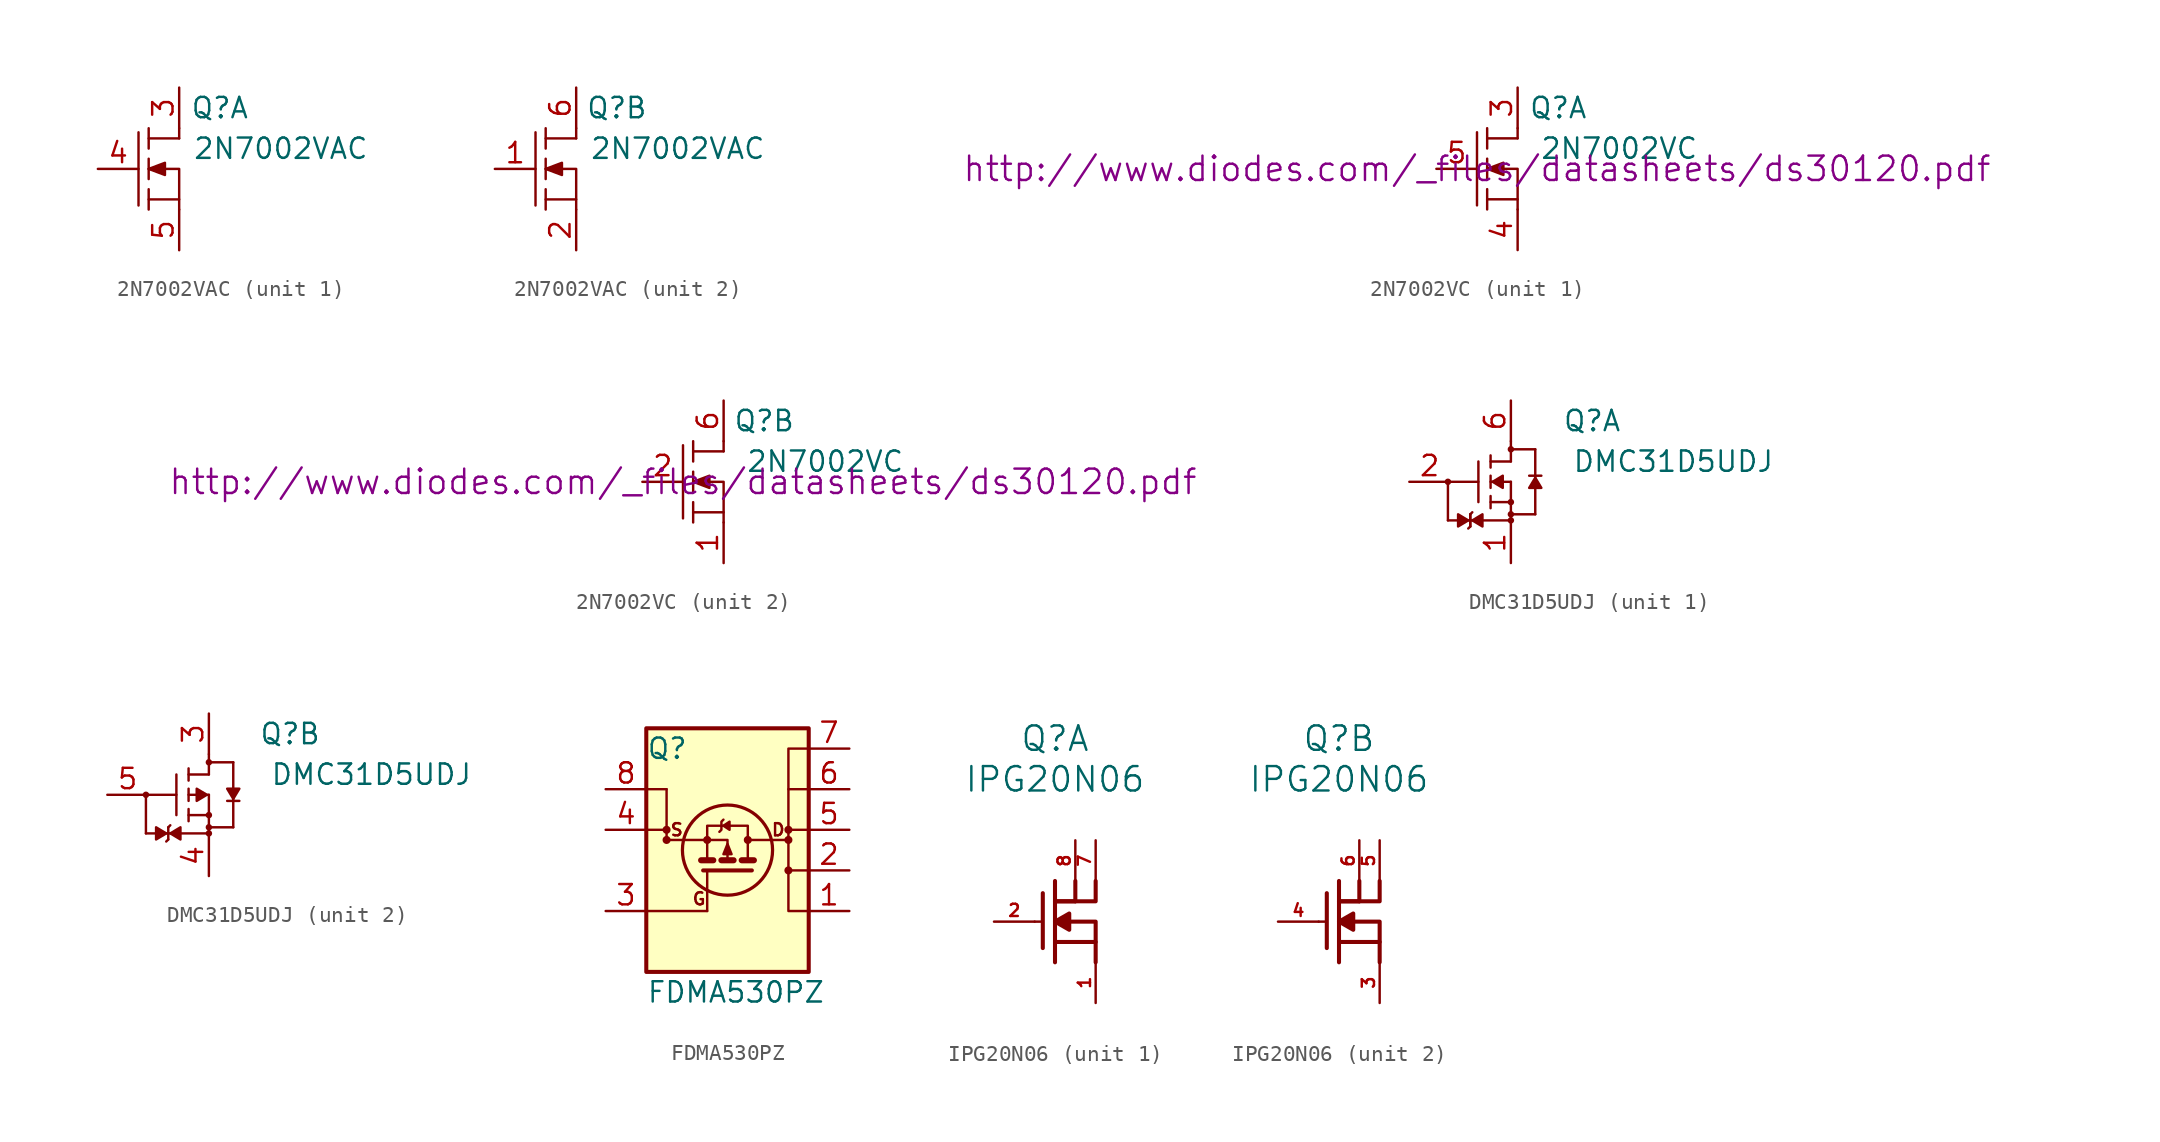
<source format=kicad_sym>
(kicad_symbol_lib
  (version 20211014)
  (generator kicad_symbol_editor)
  (symbol "2N7002VAC"
    (pin_names
      (offset 1.016) hide)
    (property "Reference" "Q"
      (at 5.08 3.81 0)
      (effects (font (size 1.27 1.27))))
    (property "Value" "2N7002VAC"
      (at 8.89 1.27 0)
      (effects (font (size 1.27 1.27))))
    (property "Footprint" ""
      (at 0 0 0)
      (effects (font (size 1.524 1.524))))
    (property "Datasheet" ""
      (at 0 0 0)
      (effects (font (size 1.524 1.524))))
    (symbol "2N7002VAC_0_1"
      (polyline (pts (xy 0 2.286) (xy 0 -2.286)) (stroke (width 0) (type default) (color 0 0 0 0)) (fill (type none)))
      (polyline (pts (xy 0.635 -1.905) (xy 2.54 -1.905)) (stroke (width 0) (type default) (color 0 0 0 0)) (fill (type none)))
      (polyline (pts (xy 0.635 -1.27) (xy 0.635 -2.54)) (stroke (width 0) (type default) (color 0 0 0 0)) (fill (type none)))
      (polyline (pts (xy 0.635 0.635) (xy 0.635 -0.635)) (stroke (width 0) (type default) (color 0 0 0 0)) (fill (type none)))
      (polyline (pts (xy 0.635 1.905) (xy 2.54 1.905)) (stroke (width 0) (type default) (color 0 0 0 0)) (fill (type none)))
      (polyline (pts (xy 0.635 2.54) (xy 0.635 1.27)) (stroke (width 0) (type default) (color 0 0 0 0)) (fill (type none)))
      (polyline (pts (xy 2.54 2.54) (xy 2.54 1.905)) (stroke (width 0) (type default) (color 0 0 0 0)) (fill (type none)))
      (polyline (pts (xy 0.635 0) (xy 2.54 0) (xy 2.54 -2.54)) (stroke (width 0) (type default) (color 0 0 0 0)) (fill (type none)))
      (polyline (pts (xy 0.635 0) (xy 1.651 0.381) (xy 1.651 -0.381) (xy 0.635 0)) (stroke (width 0) (type default) (color 0 0 0 0)) (fill (type outline))))
    (symbol "2N7002VAC_1_1"
      (pin input line (at 2.54 5.08 270) (length 2.54) (name "D2" (effects (font (size 1.27 1.27)))) (number "3" (effects (font (size 1.27 1.27)))))
      (pin input line (at -2.54 0 0) (length 2.54) (name "G2" (effects (font (size 1.27 1.27)))) (number "4" (effects (font (size 1.27 1.27)))))
      (pin input line (at 2.54 -5.08 90) (length 2.54) (name "S2" (effects (font (size 1.27 1.27)))) (number "5" (effects (font (size 1.27 1.27))))))
    (symbol "2N7002VAC_2_1"
      (pin input line (at -2.54 0 0) (length 2.54) (name "G2" (effects (font (size 1.27 1.27)))) (number "1" (effects (font (size 1.27 1.27)))))
      (pin input line (at 2.54 -5.08 90) (length 2.54) (name "S2" (effects (font (size 1.27 1.27)))) (number "2" (effects (font (size 1.27 1.27)))))
      (pin input line (at 2.54 5.08 270) (length 2.54) (name "D2" (effects (font (size 1.27 1.27)))) (number "6" (effects (font (size 1.27 1.27)))))))
  (symbol "2N7002VC"
    (pin_names
      (offset 1.016) hide)
    (property "Reference" "Q"
      (at 5.08 3.81 0)
      (effects (font (size 1.27 1.27))))
    (property "Value" "2N7002VC"
      (at 8.89 1.27 0)
      (effects (font (size 1.27 1.27))))
    (property "Footprint" ""
      (at 0 0 0)
      (effects (font (size 1.524 1.524))))
    (property "Datasheet" "http://www.diodes.com/_files/datasheets/ds30120.pdf"
      (at 0 0 0)
      (effects (font (size 1.524 1.524))))
    (symbol "2N7002VC_0_1"
      (polyline (pts (xy 0 2.286) (xy 0 -2.286)) (stroke (width 0) (type default) (color 0 0 0 0)) (fill (type none)))
      (polyline (pts (xy 0.635 -1.905) (xy 2.54 -1.905)) (stroke (width 0) (type default) (color 0 0 0 0)) (fill (type none)))
      (polyline (pts (xy 0.635 -1.27) (xy 0.635 -2.54)) (stroke (width 0) (type default) (color 0 0 0 0)) (fill (type none)))
      (polyline (pts (xy 0.635 0.635) (xy 0.635 -0.635)) (stroke (width 0) (type default) (color 0 0 0 0)) (fill (type none)))
      (polyline (pts (xy 0.635 1.905) (xy 2.54 1.905)) (stroke (width 0) (type default) (color 0 0 0 0)) (fill (type none)))
      (polyline (pts (xy 0.635 2.54) (xy 0.635 1.27)) (stroke (width 0) (type default) (color 0 0 0 0)) (fill (type none)))
      (polyline (pts (xy 2.54 2.54) (xy 2.54 1.905)) (stroke (width 0) (type default) (color 0 0 0 0)) (fill (type none)))
      (polyline (pts (xy 0.635 0) (xy 2.54 0) (xy 2.54 -2.54)) (stroke (width 0) (type default) (color 0 0 0 0)) (fill (type none)))
      (polyline (pts (xy 0.635 0) (xy 1.651 0.381) (xy 1.651 -0.381) (xy 0.635 0)) (stroke (width 0) (type default) (color 0 0 0 0)) (fill (type outline))))
    (symbol "2N7002VC_1_1"
      (pin input line (at 2.54 5.08 270) (length 2.54) (name "D2" (effects (font (size 1.27 1.27)))) (number "3" (effects (font (size 1.27 1.27)))))
      (pin input line (at 2.54 -5.08 90) (length 2.54) (name "S2" (effects (font (size 1.27 1.27)))) (number "4" (effects (font (size 1.27 1.27)))))
      (pin input line (at -2.54 0 0) (length 2.54) (name "G2" (effects (font (size 1.27 1.27)))) (number "5" (effects (font (size 1.27 1.27))))))
    (symbol "2N7002VC_2_1"
      (pin input line (at 2.54 -5.08 90) (length 2.54) (name "S2" (effects (font (size 1.27 1.27)))) (number "1" (effects (font (size 1.27 1.27)))))
      (pin input line (at -2.54 0 0) (length 2.54) (name "G2" (effects (font (size 1.27 1.27)))) (number "2" (effects (font (size 1.27 1.27)))))
      (pin input line (at 2.54 5.08 270) (length 2.54) (name "D2" (effects (font (size 1.27 1.27)))) (number "6" (effects (font (size 1.27 1.27)))))))
  (symbol "DMC31D5UDJ"
    (pin_names
      (offset 0) hide)
    (property "Reference" "Q"
      (at 6.35 3.81 0)
      (effects (font (size 1.27 1.27))))
    (property "Value" "DMC31D5UDJ"
      (at 11.43 1.27 0)
      (effects (font (size 1.27 1.27))))
    (property "ki_locked" ""
      (at 0 0 0)
      (effects (font (size 1.27 1.27))))
    (symbol "DMC31D5UDJ_0_1"
      (polyline (pts (xy -2.667 -2.413) (xy -2.667 0)) (stroke (width 0) (type default) (color 0 0 0 0)) (fill (type none)))
      (polyline (pts (xy -2.667 -2.413) (xy 1.27 -2.413)) (stroke (width 0) (type default) (color 0 0 0 0)) (fill (type none)))
      (polyline (pts (xy -2.54 0) (xy -0.762 0)) (stroke (width 0) (type default) (color 0 0 0 0)) (fill (type none)))
      (polyline (pts (xy -1.27 -2.794) (xy -1.397 -2.921)) (stroke (width 0) (type default) (color 0 0 0 0)) (fill (type none)))
      (polyline (pts (xy -1.27 -2.032) (xy -1.27 -2.794)) (stroke (width 0) (type default) (color 0 0 0 0)) (fill (type none)))
      (polyline (pts (xy -1.27 -2.032) (xy -1.143 -1.905)) (stroke (width 0) (type default) (color 0 0 0 0)) (fill (type none)))
      (polyline (pts (xy -0.762 1.27) (xy -0.762 -1.27)) (stroke (width 0) (type default) (color 0 0 0 0)) (fill (type none)))
      (polyline (pts (xy 0 -1.27) (xy 1.27 -1.27)) (stroke (width 0) (type default) (color 0 0 0 0)) (fill (type none)))
      (polyline (pts (xy 0 -0.889) (xy 0 -1.651)) (stroke (width 0) (type default) (color 0 0 0 0)) (fill (type none)))
      (polyline (pts (xy 0 0) (xy 1.27 0)) (stroke (width 0) (type default) (color 0 0 0 0)) (fill (type none)))
      (polyline (pts (xy 0 0.381) (xy 0 -0.381)) (stroke (width 0) (type default) (color 0 0 0 0)) (fill (type none)))
      (polyline (pts (xy 0 0.889) (xy 0 1.651)) (stroke (width 0) (type default) (color 0 0 0 0)) (fill (type none)))
      (polyline (pts (xy 0 1.27) (xy 1.27 1.27)) (stroke (width 0) (type default) (color 0 0 0 0)) (fill (type none)))
      (polyline (pts (xy 1.27 -2.032) (xy 2.794 -2.032)) (stroke (width 0) (type default) (color 0 0 0 0)) (fill (type none)))
      (polyline (pts (xy 1.27 0) (xy 1.27 -2.54)) (stroke (width 0) (type default) (color 0 0 0 0)) (fill (type none)))
      (polyline (pts (xy 1.27 1.27) (xy 1.27 2.54)) (stroke (width 0) (type default) (color 0 0 0 0)) (fill (type none)))
      (polyline (pts (xy 1.27 2.032) (xy 2.794 2.032)) (stroke (width 0) (type default) (color 0 0 0 0)) (fill (type none)))
      (polyline (pts (xy 2.794 2.032) (xy 2.794 -2.032)) (stroke (width 0) (type default) (color 0 0 0 0)) (fill (type none)))
      (polyline (pts (xy -1.143 -2.413) (xy -0.508 -2.794) (xy -0.508 -2.032) (xy -1.143 -2.413)) (stroke (width 0) (type default) (color 0 0 0 0)) (fill (type outline))))
    (symbol "DMC31D5UDJ_1_1"
      (circle (center -2.667 0) (radius 0.127) (stroke (width 0) (type default) (color 0 0 0 0)) (fill (type none)))
      (polyline (pts (xy -1.27 -2.794) (xy -1.27 -2.032)) (stroke (width 0) (type default) (color 0 0 0 0)) (fill (type none)))
      (polyline (pts (xy 2.413 0.381) (xy 3.175 0.381)) (stroke (width 0) (type default) (color 0 0 0 0)) (fill (type none)))
      (polyline (pts (xy -1.397 -2.413) (xy -2.032 -2.794) (xy -2.032 -2.032) (xy -1.397 -2.413)) (stroke (width 0) (type default) (color 0 0 0 0)) (fill (type outline)))
      (polyline (pts (xy 0.127 0) (xy 0.762 0.381) (xy 0.762 -0.381) (xy 0.127 0)) (stroke (width 0) (type default) (color 0 0 0 0)) (fill (type outline)))
      (polyline (pts (xy 2.794 0.254) (xy 2.413 -0.381) (xy 3.175 -0.381) (xy 2.794 0.254)) (stroke (width 0) (type default) (color 0 0 0 0)) (fill (type outline)))
      (circle (center 1.27 -2.413) (radius 0.127) (stroke (width 0) (type default) (color 0 0 0 0)) (fill (type none)))
      (circle (center 1.27 -2.032) (radius 0.127) (stroke (width 0) (type default) (color 0 0 0 0)) (fill (type none)))
      (circle (center 1.27 -1.27) (radius 0.127) (stroke (width 0) (type default) (color 0 0 0 0)) (fill (type none)))
      (circle (center 1.27 2.032) (radius 0.127) (stroke (width 0) (type default) (color 0 0 0 0)) (fill (type none)))
      (pin input line (at 1.27 -5.08 90) (length 2.54) (name "S1" (effects (font (size 1.27 1.27)))) (number "1" (effects (font (size 1.27 1.27)))))
      (pin input line (at -5.08 0 0) (length 2.54) (name "G1" (effects (font (size 1.27 1.27)))) (number "2" (effects (font (size 1.27 1.27)))))
      (pin input line (at 1.27 5.08 270) (length 2.54) (name "D1" (effects (font (size 1.27 1.27)))) (number "6" (effects (font (size 1.27 1.27))))))
    (symbol "DMC31D5UDJ_2_1"
      (circle (center -2.667 0) (radius 0.127) (stroke (width 0) (type default) (color 0 0 0 0)) (fill (type none)))
      (polyline (pts (xy 2.413 -0.381) (xy 3.175 -0.381)) (stroke (width 0) (type default) (color 0 0 0 0)) (fill (type none)))
      (polyline (pts (xy -1.397 -2.413) (xy -2.032 -2.794) (xy -2.032 -2.032) (xy -1.397 -2.413)) (stroke (width 0) (type default) (color 0 0 0 0)) (fill (type outline)))
      (polyline (pts (xy 1.143 0) (xy 0.508 0.381) (xy 0.508 -0.381) (xy 1.143 0)) (stroke (width 0) (type default) (color 0 0 0 0)) (fill (type outline)))
      (polyline (pts (xy 2.794 -0.254) (xy 2.413 0.381) (xy 3.175 0.381) (xy 2.794 -0.254)) (stroke (width 0) (type default) (color 0 0 0 0)) (fill (type outline)))
      (circle (center 1.27 -2.413) (radius 0.127) (stroke (width 0) (type default) (color 0 0 0 0)) (fill (type none)))
      (circle (center 1.27 -2.032) (radius 0.127) (stroke (width 0) (type default) (color 0 0 0 0)) (fill (type none)))
      (circle (center 1.27 -1.27) (radius 0.127) (stroke (width 0) (type default) (color 0 0 0 0)) (fill (type none)))
      (circle (center 1.27 2.032) (radius 0.127) (stroke (width 0) (type default) (color 0 0 0 0)) (fill (type none)))
      (pin input line (at 1.27 5.08 270) (length 2.54) (name "D2" (effects (font (size 1.27 1.27)))) (number "3" (effects (font (size 1.27 1.27)))))
      (pin input line (at 1.27 -5.08 90) (length 2.54) (name "S2" (effects (font (size 1.27 1.27)))) (number "4" (effects (font (size 1.27 1.27)))))
      (pin input line (at -5.08 0 0) (length 2.54) (name "G2" (effects (font (size 1.27 1.27)))) (number "5" (effects (font (size 1.27 1.27)))))))
  (symbol "FDMA530PZ"
    (pin_names
      (offset 0) hide)
    (property "Reference" "Q"
      (at -5.08 7.62 0)
      (effects (font (size 1.27 1.27)) (justify left)))
    (property "Value" "FDMA530PZ"
      (at -5.08 -7.62 0)
      (effects (font (size 1.27 1.27)) (justify left)))
    (symbol "FDMA530PZ_0_0"
      (circle (center -3.81 1.905) (radius 0.127) (stroke (width 0.254) (type default) (color 0 0 0 0)) (fill (type none)))
      (circle (center -1.27 1.905) (radius 0.127) (stroke (width 0.254) (type default) (color 0 0 0 0)) (fill (type none)))
      (polyline (pts (xy -5.08 2.54) (xy -3.81 2.54)) (stroke (width 0) (type default) (color 0 0 0 0)) (fill (type none)))
      (polyline (pts (xy -1.27 1.905) (xy -3.81 1.905)) (stroke (width 0) (type default) (color 0 0 0 0)) (fill (type none)))
      (polyline (pts (xy 5.08 2.54) (xy 3.81 2.54)) (stroke (width 0) (type default) (color 0 0 0 0)) (fill (type none)))
      (polyline (pts (xy -1.27 0.635) (xy -1.27 2.794) (xy 1.27 2.794) (xy 1.27 0.635)) (stroke (width 0) (type default) (color 0 0 0 0)) (fill (type none)))
      (polyline (pts (xy -0.254 3.175) (xy -0.381 3.048) (xy -0.381 2.54) (xy -0.508 2.413)) (stroke (width 0) (type default) (color 0 0 0 0)) (fill (type none)))
      (circle (center 1.27 1.905) (radius 0.127) (stroke (width 0.254) (type default) (color 0 0 0 0)) (fill (type none)))
      (circle (center 3.81 1.905) (radius 0.127) (stroke (width 0.254) (type default) (color 0 0 0 0)) (fill (type none)))
      (text "D" (at 3.175 2.54 0) (effects (font (size 0.762 0.762))))
      (text "G" (at -1.778 -1.778 0) (effects (font (size 0.762 0.762))))
      (text "S" (at -3.175 2.54 0) (effects (font (size 0.762 0.762)))))
    (symbol "FDMA530PZ_0_1"
      (rectangle (start -5.08 8.89) (end 5.08 -6.35) (stroke (width 0.254) (type default) (color 0 0 0 0)) (fill (type background)))
      (circle (center -3.81 2.54) (radius 0.127) (stroke (width 0.254) (type default) (color 0 0 0 0)) (fill (type none)))
      (polyline (pts (xy -5.08 -2.54) (xy -1.27 -2.54)) (stroke (width 0) (type default) (color 0 0 0 0)) (fill (type none)))
      (polyline (pts (xy -3.81 5.08) (xy -5.08 5.08)) (stroke (width 0) (type default) (color 0 0 0 0)) (fill (type none)))
      (polyline (pts (xy -3.81 5.08) (xy -3.81 1.905)) (stroke (width 0) (type default) (color 0 0 0 0)) (fill (type none)))
      (polyline (pts (xy -1.651 0.635) (xy -0.889 0.635)) (stroke (width 0.381) (type default) (color 0 0 0 0)) (fill (type none)))
      (polyline (pts (xy -1.27 -2.54) (xy -1.27 0)) (stroke (width 0) (type default) (color 0 0 0 0)) (fill (type none)))
      (polyline (pts (xy -0.381 0.635) (xy 0.381 0.635)) (stroke (width 0.381) (type default) (color 0 0 0 0)) (fill (type none)))
      (polyline (pts (xy 0.889 0.635) (xy 1.651 0.635)) (stroke (width 0.381) (type default) (color 0 0 0 0)) (fill (type none)))
      (polyline (pts (xy 1.27 1.905) (xy 3.81 1.905)) (stroke (width 0) (type default) (color 0 0 0 0)) (fill (type none)))
      (polyline (pts (xy 5.08 0) (xy 3.81 0)) (stroke (width 0) (type default) (color 0 0 0 0)) (fill (type none)))
      (polyline (pts (xy -1.524 0) (xy 1.524 0) (xy 1.524 0)) (stroke (width 0.254) (type default) (color 0 0 0 0)) (fill (type none)))
      (polyline (pts (xy 3.81 5.08) (xy 3.81 7.62) (xy 5.08 7.62)) (stroke (width 0) (type default) (color 0 0 0 0)) (fill (type none)))
      (polyline (pts (xy 0 0.635) (xy 0 1.905) (xy -1.143 1.905) (xy -1.27 1.905)) (stroke (width 0) (type default) (color 0 0 0 0)) (fill (type none)))
      (polyline (pts (xy 5.08 5.08) (xy 3.81 5.08) (xy 3.81 -2.54) (xy 5.08 -2.54)) (stroke (width 0) (type default) (color 0 0 0 0)) (fill (type none)))
      (circle (center 0 1.27) (radius 2.819) (stroke (width 0.203) (type default) (color 0 0 0 0)) (fill (type none)))
      (circle (center 3.81 0) (radius 0.127) (stroke (width 0.254) (type default) (color 0 0 0 0)) (fill (type none)))
      (circle (center 3.81 2.54) (radius 0.127) (stroke (width 0.254) (type default) (color 0 0 0 0)) (fill (type none))))
    (symbol "FDMA530PZ_1_0"
      (polyline (pts (xy -0.254 2.794) (xy 0.127 3.048) (xy 0.127 2.54) (xy -0.254 2.794)) (stroke (width 0) (type default) (color 0 0 0 0)) (fill (type outline))))
    (symbol "FDMA530PZ_1_1"
      (polyline (pts (xy -0.254 1.016) (xy 0.254 1.016) (xy 0 1.651) (xy -0.254 1.016)) (stroke (width 0) (type default) (color 0 0 0 0)) (fill (type outline)))
      (pin passive line (at 7.62 -2.54 180) (length 2.54) (name "D" (effects (font (size 1.27 1.27)))) (number "1" (effects (font (size 1.27 1.27)))))
      (pin passive line (at 7.62 0 180) (length 2.54) (name "D" (effects (font (size 1.27 1.27)))) (number "2" (effects (font (size 1.27 1.27)))))
      (pin passive line (at -7.62 -2.54 0) (length 2.54) (name "G" (effects (font (size 1.27 1.27)))) (number "3" (effects (font (size 1.27 1.27)))))
      (pin passive line (at -7.62 2.54 0) (length 2.54) (name "S" (effects (font (size 1.27 1.27)))) (number "4" (effects (font (size 1.27 1.27)))))
      (pin passive line (at 7.62 2.54 180) (length 2.54) (name "D" (effects (font (size 1.27 1.27)))) (number "5" (effects (font (size 1.27 1.27)))))
      (pin passive line (at 7.62 5.08 180) (length 2.54) (name "D" (effects (font (size 1.27 1.27)))) (number "6" (effects (font (size 1.27 1.27)))))
      (pin passive line (at 7.62 7.62 180) (length 2.54) (name "D" (effects (font (size 1.27 1.27)))) (number "7" (effects (font (size 1.27 1.27)))))
      (pin passive line (at -7.62 5.08 0) (length 2.54) (name "S" (effects (font (size 1.27 1.27)))) (number "8" (effects (font (size 1.27 1.27)))))))
  (symbol "IPG20N06"
    (pin_names
      (offset 1.016) hide)
    (property "Reference" "Q"
      (at 0 11.43 0)
      (effects (font (size 1.524 1.524))))
    (property "Value" "IPG20N06"
      (at 0 8.89 0)
      (effects (font (size 1.524 1.524))))
    (property "Footprint" ""
      (at 0 0 0)
      (effects (font (size 1.524 1.524))))
    (property "Datasheet" ""
      (at 0 0 0)
      (effects (font (size 1.524 1.524))))
    (symbol "IPG20N06_0_1"
      (polyline (pts (xy -1.27 0) (xy -0.762 0)) (stroke (width 0) (type default) (color 0 0 0 0)) (fill (type none)))
      (polyline (pts (xy -0.762 1.778) (xy -0.762 -1.651)) (stroke (width 0.254) (type default) (color 0 0 0 0)) (fill (type none)))
      (polyline (pts (xy 0 -1.27) (xy 2.54 -1.27)) (stroke (width 0.254) (type default) (color 0 0 0 0)) (fill (type none)))
      (polyline (pts (xy 0 2.54) (xy 0 -2.54)) (stroke (width 0.254) (type default) (color 0 0 0 0)) (fill (type none)))
      (polyline (pts (xy 1.27 1.27) (xy 0 1.27)) (stroke (width 0.254) (type default) (color 0 0 0 0)) (fill (type none)))
      (polyline (pts (xy 1.27 1.27) (xy 1.27 2.54)) (stroke (width 0.254) (type default) (color 0 0 0 0)) (fill (type none)))
      (polyline (pts (xy 2.54 -2.54) (xy 2.54 0) (xy 0 0)) (stroke (width 0.254) (type default) (color 0 0 0 0)) (fill (type none)))
      (polyline (pts (xy 2.54 2.54) (xy 2.54 1.27) (xy 0 1.27)) (stroke (width 0.254) (type default) (color 0 0 0 0)) (fill (type none)))
      (polyline (pts (xy 0 0) (xy 0.889 0.508) (xy 0.889 -0.508) (xy 0 0)) (stroke (width 0.254) (type default) (color 0 0 0 0)) (fill (type outline))))
    (symbol "IPG20N06_1_1"
      (pin input line (at 2.54 -5.08 90) (length 2.54) (name "S" (effects (font (size 1.27 1.27)))) (number "1" (effects (font (size 0.762 0.762)))))
      (pin input line (at -3.81 0 0) (length 2.54) (name "G" (effects (font (size 1.27 1.27)))) (number "2" (effects (font (size 0.762 0.762)))))
      (pin input line (at 2.54 5.08 270) (length 2.54) (name "Db" (effects (font (size 1.27 1.27)))) (number "7" (effects (font (size 0.762 0.762)))))
      (pin input line (at 1.27 5.08 270) (length 2.54) (name "Da" (effects (font (size 1.27 1.27)))) (number "8" (effects (font (size 0.762 0.762))))))
    (symbol "IPG20N06_2_1"
      (pin input line (at 2.54 -5.08 90) (length 2.54) (name "S" (effects (font (size 1.27 1.27)))) (number "3" (effects (font (size 0.762 0.762)))))
      (pin input line (at -3.81 0 0) (length 2.54) (name "G" (effects (font (size 1.27 1.27)))) (number "4" (effects (font (size 0.762 0.762)))))
      (pin input line (at 2.54 5.08 270) (length 2.54) (name "Db" (effects (font (size 1.27 1.27)))) (number "5" (effects (font (size 0.762 0.762)))))
      (pin input line (at 1.27 5.08 270) (length 2.54) (name "Da" (effects (font (size 1.27 1.27)))) (number "6" (effects (font (size 0.762 0.762))))))))
</source>
